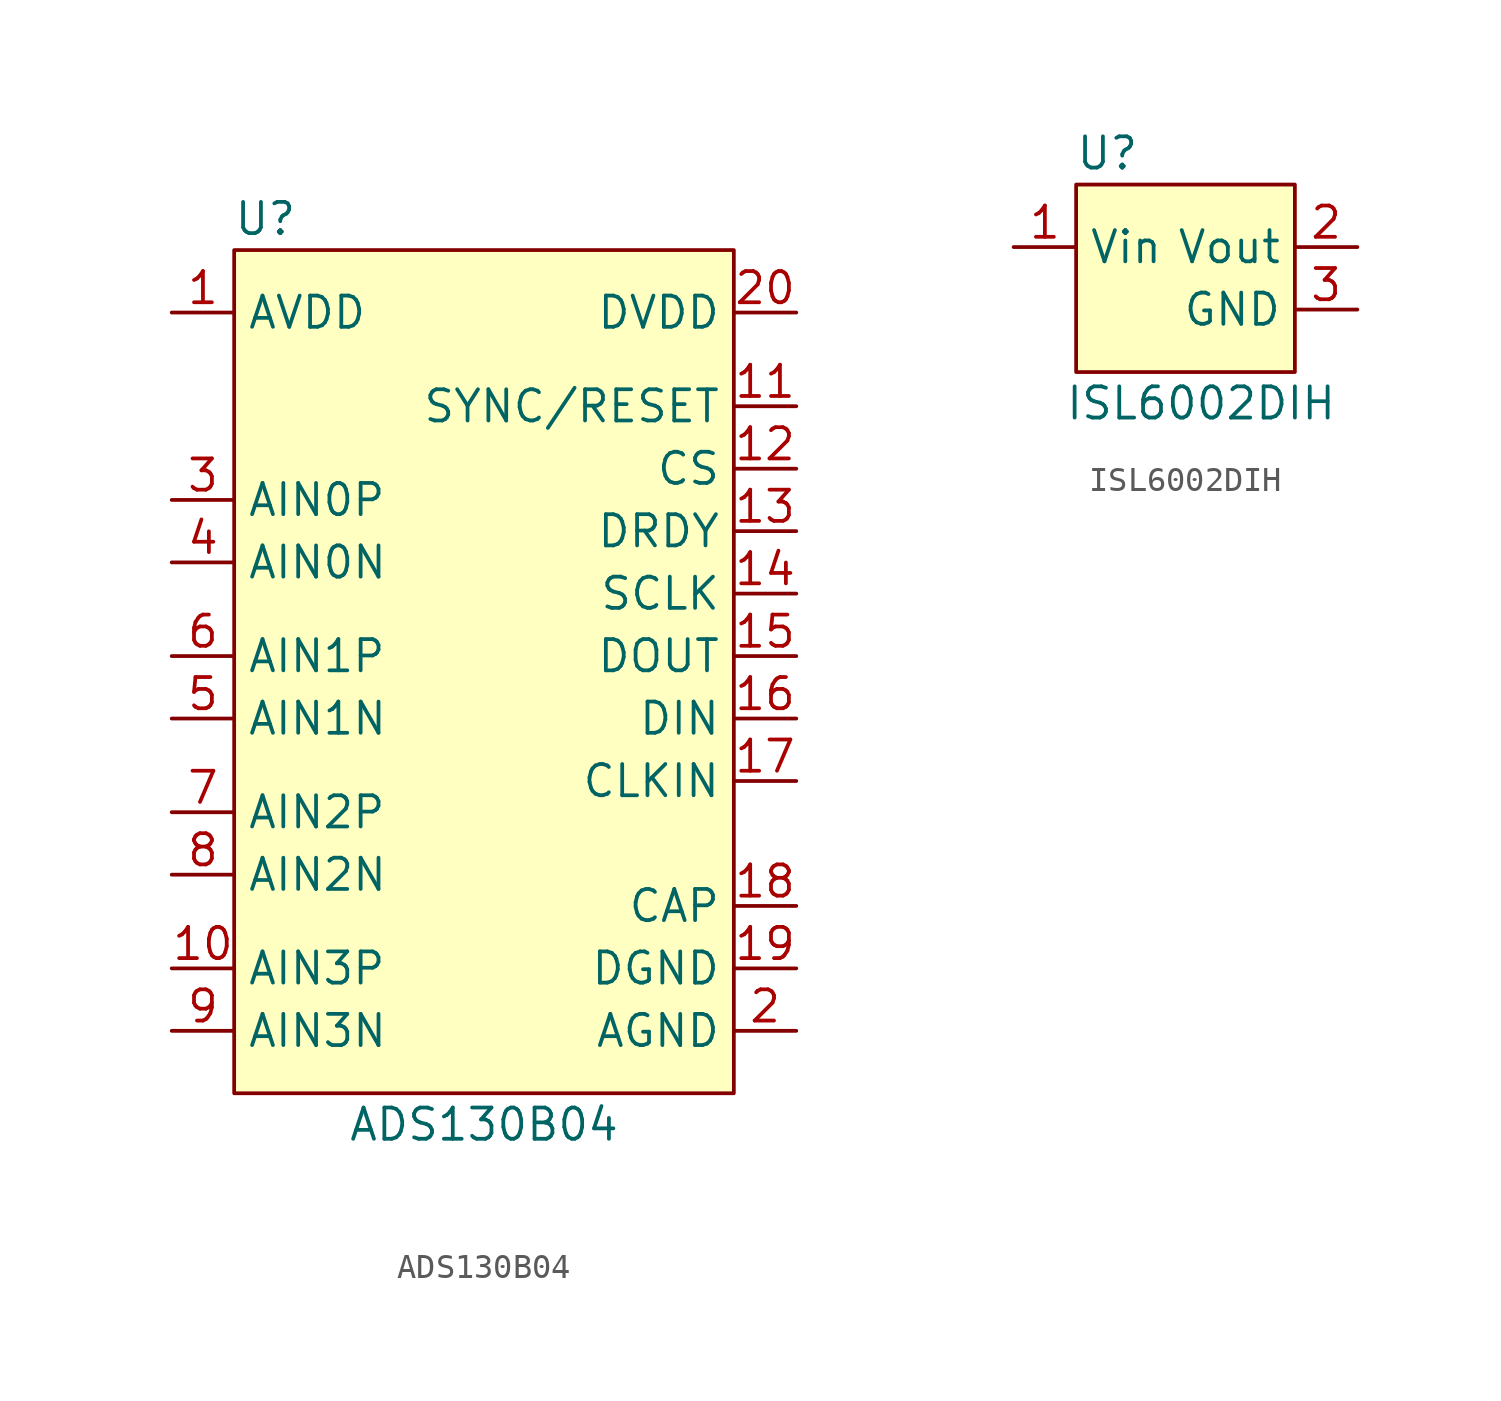
<source format=kicad_sym>
(kicad_symbol_lib
  (version 20211014)
  (generator kicad_symbol_editor)
  (symbol "ADS130B04"
    (property "Reference" "U"
      (at -8.89 16.51 0)
      (effects (font (size 1.27 1.27))))
    (property "Value" "ADS130B04"
      (at 0 -20.32 0)
      (effects (font (size 1.27 1.27))))
    (symbol "ADS130B04_0_1"
      (rectangle (start -10.16 15.24) (end 10.16 -19.05) (stroke (width 0.152) (type default) (color 0 0 0 0)) (fill (type background))))
    (symbol "ADS130B04_1_1"
      (pin power_in line (at -12.7 12.7 0) (length 2.54) (name "AVDD" (effects (font (size 1.27 1.27)))) (number "1" (effects (font (size 1.27 1.27)))))
      (pin input line (at -12.7 -13.97 0) (length 2.54) (name "AIN3P" (effects (font (size 1.27 1.27)))) (number "10" (effects (font (size 1.27 1.27)))))
      (pin input line (at 12.7 8.89 180) (length 2.54) (name "SYNC/RESET" (effects (font (size 1.27 1.27)))) (number "11" (effects (font (size 1.27 1.27)))))
      (pin input line (at 12.7 6.35 180) (length 2.54) (name "CS" (effects (font (size 1.27 1.27)))) (number "12" (effects (font (size 1.27 1.27)))))
      (pin output line (at 12.7 3.81 180) (length 2.54) (name "DRDY" (effects (font (size 1.27 1.27)))) (number "13" (effects (font (size 1.27 1.27)))))
      (pin input line (at 12.7 1.27 180) (length 2.54) (name "SCLK" (effects (font (size 1.27 1.27)))) (number "14" (effects (font (size 1.27 1.27)))))
      (pin output line (at 12.7 -1.27 180) (length 2.54) (name "DOUT" (effects (font (size 1.27 1.27)))) (number "15" (effects (font (size 1.27 1.27)))))
      (pin input line (at 12.7 -3.81 180) (length 2.54) (name "DIN" (effects (font (size 1.27 1.27)))) (number "16" (effects (font (size 1.27 1.27)))))
      (pin input line (at 12.7 -6.35 180) (length 2.54) (name "CLKIN" (effects (font (size 1.27 1.27)))) (number "17" (effects (font (size 1.27 1.27)))))
      (pin unspecified line (at 12.7 -11.43 180) (length 2.54) (name "CAP" (effects (font (size 1.27 1.27)))) (number "18" (effects (font (size 1.27 1.27)))))
      (pin power_in line (at 12.7 -13.97 180) (length 2.54) (name "DGND" (effects (font (size 1.27 1.27)))) (number "19" (effects (font (size 1.27 1.27)))))
      (pin power_in line (at 12.7 -16.51 180) (length 2.54) (name "AGND" (effects (font (size 1.27 1.27)))) (number "2" (effects (font (size 1.27 1.27)))))
      (pin power_in line (at 12.7 12.7 180) (length 2.54) (name "DVDD" (effects (font (size 1.27 1.27)))) (number "20" (effects (font (size 1.27 1.27)))))
      (pin input line (at -12.7 5.08 0) (length 2.54) (name "AIN0P" (effects (font (size 1.27 1.27)))) (number "3" (effects (font (size 1.27 1.27)))))
      (pin input line (at -12.7 2.54 0) (length 2.54) (name "AIN0N" (effects (font (size 1.27 1.27)))) (number "4" (effects (font (size 1.27 1.27)))))
      (pin input line (at -12.7 -3.81 0) (length 2.54) (name "AIN1N" (effects (font (size 1.27 1.27)))) (number "5" (effects (font (size 1.27 1.27)))))
      (pin input line (at -12.7 -1.27 0) (length 2.54) (name "AIN1P" (effects (font (size 1.27 1.27)))) (number "6" (effects (font (size 1.27 1.27)))))
      (pin input line (at -12.7 -7.62 0) (length 2.54) (name "AIN2P" (effects (font (size 1.27 1.27)))) (number "7" (effects (font (size 1.27 1.27)))))
      (pin input line (at -12.7 -10.16 0) (length 2.54) (name "AIN2N" (effects (font (size 1.27 1.27)))) (number "8" (effects (font (size 1.27 1.27)))))
      (pin input line (at -12.7 -16.51 0) (length 2.54) (name "AIN3N" (effects (font (size 1.27 1.27)))) (number "9" (effects (font (size 1.27 1.27)))))))
  (symbol "ISL6002DIH"
    (property "Reference" "U"
      (at -2.54 -1.27 0)
      (effects (font (size 1.27 1.27))))
    (property "Value" "ISL6002DIH"
      (at 1.27 -11.43 0)
      (effects (font (size 1.27 1.27))))
    (symbol "ISL6002DIH_0_1"
      (rectangle (start -3.81 -2.54) (end 5.08 -10.16) (stroke (width 0.152) (type default) (color 0 0 0 0)) (fill (type background))))
    (symbol "ISL6002DIH_1_1"
      (pin power_in line (at -6.35 -5.08 0) (length 2.54) (name "Vin" (effects (font (size 1.27 1.27)))) (number "1" (effects (font (size 1.27 1.27)))))
      (pin output line (at 7.62 -5.08 180) (length 2.54) (name "Vout" (effects (font (size 1.27 1.27)))) (number "2" (effects (font (size 1.27 1.27)))))
      (pin power_in line (at 7.62 -7.62 180) (length 2.54) (name "GND" (effects (font (size 1.27 1.27)))) (number "3" (effects (font (size 1.27 1.27))))))))
</source>
